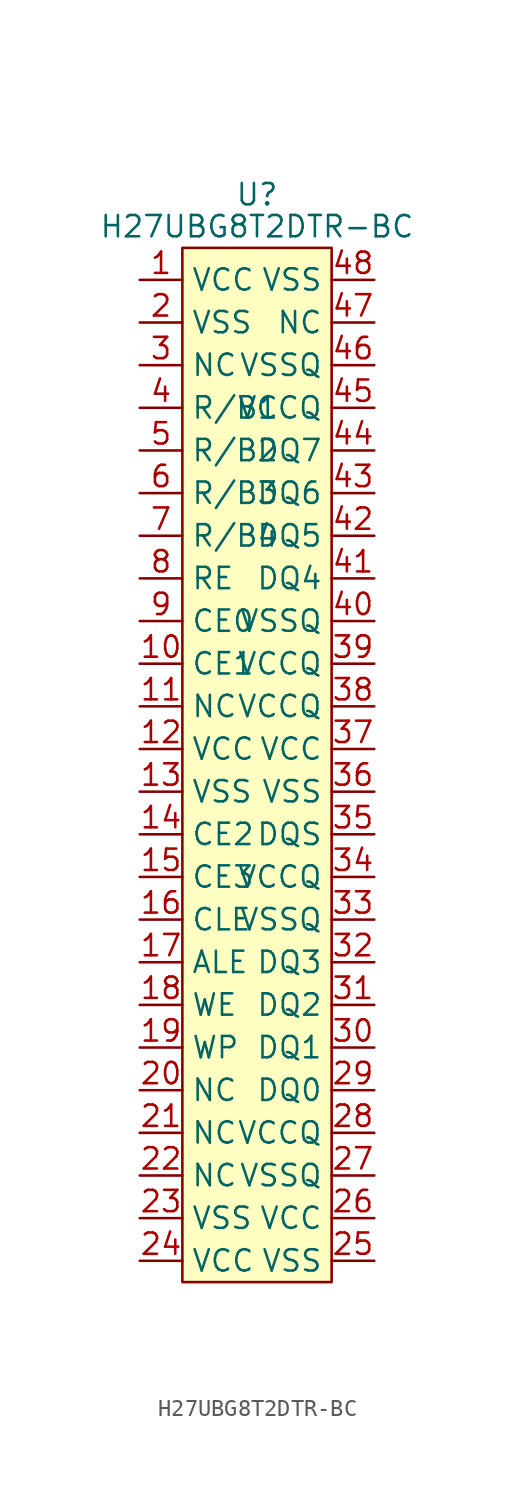
<source format=kicad_sym>
(kicad_symbol_lib
  (version 20220914)
  (generator kicad_symbol_editor)
  (symbol "H27UBG8T2DTR-BC"
    (property "Reference" "U"
      (at 0 3.175 0)
      (effects (font (size 1.27 1.27))))
    (property "Value" "H27UBG8T2DTR-BC"
      (at 0 1.27 0)
      (effects (font (size 1.27 1.27))))
    (property "Footprint" ""
      (at 0 1.27 0)
      (effects (font (size 1.27 1.27))))
    (property "Datasheet" ""
      (at 0 1.27 0)
      (effects (font (size 1.27 1.27))))
    (symbol "H27UBG8T2DTR-BC_0_1"
      (rectangle (start -4.445 0) (end 4.445 -61.595) (stroke (width 0) (type default)) (fill (type background))))
    (symbol "H27UBG8T2DTR-BC_1_1"
      (pin passive line (at -6.985 -1.905 0) (length 2.54) (name "VCC" (effects (font (size 1.27 1.27)))) (number "1" (effects (font (size 1.27 1.27)))))
      (pin bidirectional line (at -6.985 -24.765 0) (length 2.54) (name "CE1" (effects (font (size 1.27 1.27)))) (number "10" (effects (font (size 1.27 1.27)))))
      (pin passive line (at -6.985 -27.305 0) (length 2.54) (name "NC" (effects (font (size 1.27 1.27)))) (number "11" (effects (font (size 1.27 1.27)))))
      (pin passive line (at -6.985 -29.845 0) (length 2.54) (name "VCC" (effects (font (size 1.27 1.27)))) (number "12" (effects (font (size 1.27 1.27)))))
      (pin passive line (at -6.985 -32.385 0) (length 2.54) (name "VSS" (effects (font (size 1.27 1.27)))) (number "13" (effects (font (size 1.27 1.27)))))
      (pin bidirectional line (at -6.985 -34.925 0) (length 2.54) (name "CE2" (effects (font (size 1.27 1.27)))) (number "14" (effects (font (size 1.27 1.27)))))
      (pin bidirectional line (at -6.985 -37.465 0) (length 2.54) (name "CE3" (effects (font (size 1.27 1.27)))) (number "15" (effects (font (size 1.27 1.27)))))
      (pin bidirectional line (at -6.985 -40.005 0) (length 2.54) (name "CLE" (effects (font (size 1.27 1.27)))) (number "16" (effects (font (size 1.27 1.27)))))
      (pin bidirectional line (at -6.985 -42.545 0) (length 2.54) (name "ALE" (effects (font (size 1.27 1.27)))) (number "17" (effects (font (size 1.27 1.27)))))
      (pin bidirectional line (at -6.985 -45.085 0) (length 2.54) (name "WE" (effects (font (size 1.27 1.27)))) (number "18" (effects (font (size 1.27 1.27)))))
      (pin input line (at -6.985 -47.625 0) (length 2.54) (name "WP" (effects (font (size 1.27 1.27)))) (number "19" (effects (font (size 1.27 1.27)))))
      (pin passive line (at -6.985 -4.445 0) (length 2.54) (name "VSS" (effects (font (size 1.27 1.27)))) (number "2" (effects (font (size 1.27 1.27)))))
      (pin passive line (at -6.985 -50.165 0) (length 2.54) (name "NC" (effects (font (size 1.27 1.27)))) (number "20" (effects (font (size 1.27 1.27)))))
      (pin passive line (at -6.985 -52.705 0) (length 2.54) (name "NC" (effects (font (size 1.27 1.27)))) (number "21" (effects (font (size 1.27 1.27)))))
      (pin passive line (at -6.985 -55.245 0) (length 2.54) (name "NC" (effects (font (size 1.27 1.27)))) (number "22" (effects (font (size 1.27 1.27)))))
      (pin passive line (at -6.985 -57.785 0) (length 2.54) (name "VSS" (effects (font (size 1.27 1.27)))) (number "23" (effects (font (size 1.27 1.27)))))
      (pin passive line (at -6.985 -60.325 0) (length 2.54) (name "VCC" (effects (font (size 1.27 1.27)))) (number "24" (effects (font (size 1.27 1.27)))))
      (pin passive line (at 6.985 -60.325 180) (length 2.54) (name "VSS" (effects (font (size 1.27 1.27)))) (number "25" (effects (font (size 1.27 1.27)))))
      (pin passive line (at 6.985 -57.785 180) (length 2.54) (name "VCC" (effects (font (size 1.27 1.27)))) (number "26" (effects (font (size 1.27 1.27)))))
      (pin passive line (at 6.985 -55.245 180) (length 2.54) (name "VSSQ" (effects (font (size 1.27 1.27)))) (number "27" (effects (font (size 1.27 1.27)))))
      (pin passive line (at 6.985 -52.705 180) (length 2.54) (name "VCCQ" (effects (font (size 1.27 1.27)))) (number "28" (effects (font (size 1.27 1.27)))))
      (pin bidirectional line (at 6.985 -50.165 180) (length 2.54) (name "DQ0" (effects (font (size 1.27 1.27)))) (number "29" (effects (font (size 1.27 1.27)))))
      (pin passive line (at -6.985 -6.985 0) (length 2.54) (name "NC" (effects (font (size 1.27 1.27)))) (number "3" (effects (font (size 1.27 1.27)))))
      (pin bidirectional line (at 6.985 -47.625 180) (length 2.54) (name "DQ1" (effects (font (size 1.27 1.27)))) (number "30" (effects (font (size 1.27 1.27)))))
      (pin bidirectional line (at 6.985 -45.085 180) (length 2.54) (name "DQ2" (effects (font (size 1.27 1.27)))) (number "31" (effects (font (size 1.27 1.27)))))
      (pin bidirectional line (at 6.985 -42.545 180) (length 2.54) (name "DQ3" (effects (font (size 1.27 1.27)))) (number "32" (effects (font (size 1.27 1.27)))))
      (pin passive line (at 6.985 -40.005 180) (length 2.54) (name "VSSQ" (effects (font (size 1.27 1.27)))) (number "33" (effects (font (size 1.27 1.27)))))
      (pin passive line (at 6.985 -37.465 180) (length 2.54) (name "VCCQ" (effects (font (size 1.27 1.27)))) (number "34" (effects (font (size 1.27 1.27)))))
      (pin bidirectional line (at 6.985 -34.925 180) (length 2.54) (name "DQS" (effects (font (size 1.27 1.27)))) (number "35" (effects (font (size 1.27 1.27)))))
      (pin passive line (at 6.985 -32.385 180) (length 2.54) (name "VSS" (effects (font (size 1.27 1.27)))) (number "36" (effects (font (size 1.27 1.27)))))
      (pin passive line (at 6.985 -29.845 180) (length 2.54) (name "VCC" (effects (font (size 1.27 1.27)))) (number "37" (effects (font (size 1.27 1.27)))))
      (pin passive line (at 6.985 -27.305 180) (length 2.54) (name "VCCQ" (effects (font (size 1.27 1.27)))) (number "38" (effects (font (size 1.27 1.27)))))
      (pin passive line (at 6.985 -24.765 180) (length 2.54) (name "VCCQ" (effects (font (size 1.27 1.27)))) (number "39" (effects (font (size 1.27 1.27)))))
      (pin bidirectional line (at -6.985 -9.525 0) (length 2.54) (name "R/B1" (effects (font (size 1.27 1.27)))) (number "4" (effects (font (size 1.27 1.27)))))
      (pin passive line (at 6.985 -22.225 180) (length 2.54) (name "VSSQ" (effects (font (size 1.27 1.27)))) (number "40" (effects (font (size 1.27 1.27)))))
      (pin bidirectional line (at 6.985 -19.685 180) (length 2.54) (name "DQ4" (effects (font (size 1.27 1.27)))) (number "41" (effects (font (size 1.27 1.27)))))
      (pin bidirectional line (at 6.985 -17.145 180) (length 2.54) (name "DQ5" (effects (font (size 1.27 1.27)))) (number "42" (effects (font (size 1.27 1.27)))))
      (pin bidirectional line (at 6.985 -14.605 180) (length 2.54) (name "DQ6" (effects (font (size 1.27 1.27)))) (number "43" (effects (font (size 1.27 1.27)))))
      (pin bidirectional line (at 6.985 -12.065 180) (length 2.54) (name "DQ7" (effects (font (size 1.27 1.27)))) (number "44" (effects (font (size 1.27 1.27)))))
      (pin passive line (at 6.985 -9.525 180) (length 2.54) (name "VCCQ" (effects (font (size 1.27 1.27)))) (number "45" (effects (font (size 1.27 1.27)))))
      (pin passive line (at 6.985 -6.985 180) (length 2.54) (name "VSSQ" (effects (font (size 1.27 1.27)))) (number "46" (effects (font (size 1.27 1.27)))))
      (pin passive line (at 6.985 -4.445 180) (length 2.54) (name "NC" (effects (font (size 1.27 1.27)))) (number "47" (effects (font (size 1.27 1.27)))))
      (pin passive line (at 6.985 -1.905 180) (length 2.54) (name "VSS" (effects (font (size 1.27 1.27)))) (number "48" (effects (font (size 1.27 1.27)))))
      (pin bidirectional line (at -6.985 -12.065 0) (length 2.54) (name "R/B2" (effects (font (size 1.27 1.27)))) (number "5" (effects (font (size 1.27 1.27)))))
      (pin bidirectional line (at -6.985 -14.605 0) (length 2.54) (name "R/B3" (effects (font (size 1.27 1.27)))) (number "6" (effects (font (size 1.27 1.27)))))
      (pin bidirectional line (at -6.985 -17.145 0) (length 2.54) (name "R/B4" (effects (font (size 1.27 1.27)))) (number "7" (effects (font (size 1.27 1.27)))))
      (pin bidirectional line (at -6.985 -19.685 0) (length 2.54) (name "RE" (effects (font (size 1.27 1.27)))) (number "8" (effects (font (size 1.27 1.27)))))
      (pin bidirectional line (at -6.985 -22.225 0) (length 2.54) (name "CE0" (effects (font (size 1.27 1.27)))) (number "9" (effects (font (size 1.27 1.27))))))))
</source>
